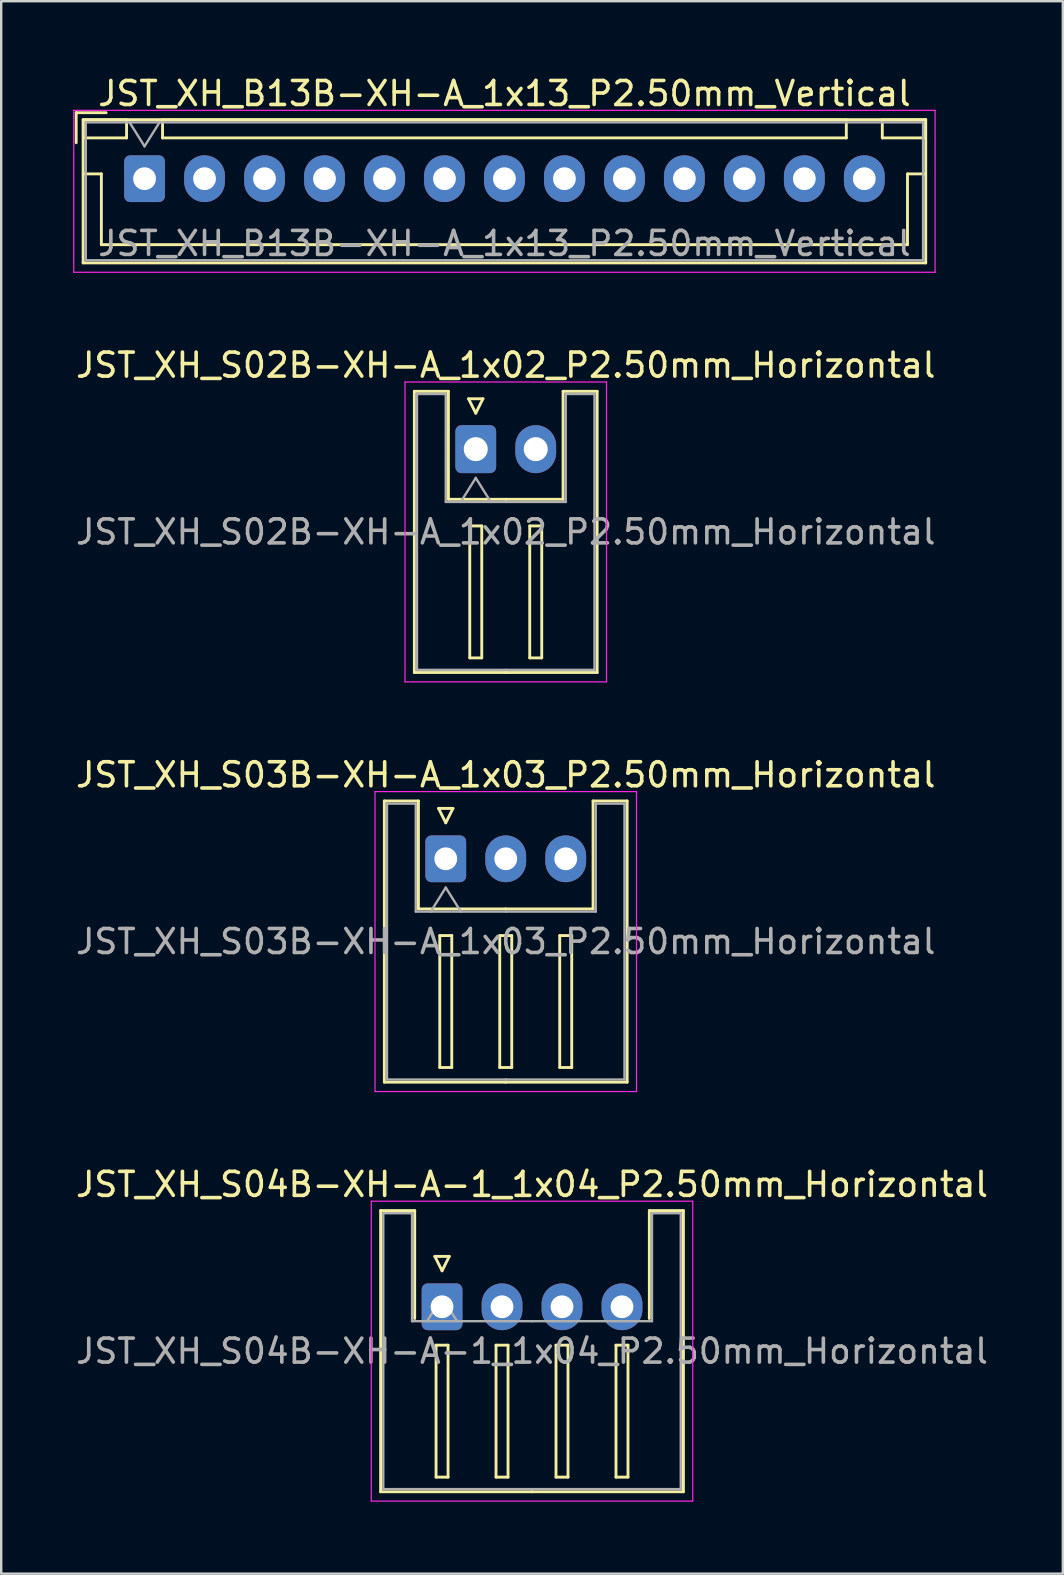
<source format=kicad_pcb>
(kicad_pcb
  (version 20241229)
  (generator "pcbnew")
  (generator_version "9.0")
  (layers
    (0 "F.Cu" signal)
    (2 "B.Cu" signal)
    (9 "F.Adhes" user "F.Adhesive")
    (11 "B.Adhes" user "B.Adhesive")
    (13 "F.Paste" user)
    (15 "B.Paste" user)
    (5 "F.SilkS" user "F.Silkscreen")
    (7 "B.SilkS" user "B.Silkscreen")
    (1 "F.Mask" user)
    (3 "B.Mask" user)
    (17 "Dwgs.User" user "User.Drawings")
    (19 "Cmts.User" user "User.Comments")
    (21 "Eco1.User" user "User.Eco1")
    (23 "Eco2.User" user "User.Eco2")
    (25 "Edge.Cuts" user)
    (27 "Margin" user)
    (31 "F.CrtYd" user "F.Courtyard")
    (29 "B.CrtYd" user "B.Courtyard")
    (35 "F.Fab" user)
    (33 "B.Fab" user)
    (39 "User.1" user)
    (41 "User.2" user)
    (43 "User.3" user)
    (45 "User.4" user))
  (footprint "JST_XH_S02B-XH-A_1x02_P2.50mm_Horizontal"
    (layer "F.Cu")
    (at 16.78 15.671)
    (property "Reference" "JST_XH_S02B-XH-A_1x02_P2.50mm_Horizontal" (at 1.25 -3.5 0) (layer "F.SilkS") (effects (font (size 1 1) (thickness 0.15))))
    (attr through_hole)
    (fp_line (start -2.56 -2.41) (end -1.14 -2.41) (stroke (width 0.12) (type solid)) (layer "F.SilkS"))
    (fp_line (start -2.56 9.31) (end -2.56 -2.41) (stroke (width 0.12) (type solid)) (layer "F.SilkS"))
    (fp_line (start -1.14 -2.41) (end -1.14 2.09) (stroke (width 0.12) (type solid)) (layer "F.SilkS"))
    (fp_line (start -1.14 2.09) (end 1.25 2.09) (stroke (width 0.12) (type solid)) (layer "F.SilkS"))
    (fp_line (start -0.3 -2.1) (end 0.3 -2.1) (stroke (width 0.12) (type solid)) (layer "F.SilkS"))
    (fp_line (start -0.25 3.2) (end -0.25 8.7) (stroke (width 0.12) (type solid)) (layer "F.SilkS"))
    (fp_line (start -0.25 8.7) (end 0.25 8.7) (stroke (width 0.12) (type solid)) (layer "F.SilkS"))
    (fp_line (start 0 -1.5) (end -0.3 -2.1) (stroke (width 0.12) (type solid)) (layer "F.SilkS"))
    (fp_line (start 0.25 3.2) (end -0.25 3.2) (stroke (width 0.12) (type solid)) (layer "F.SilkS"))
    (fp_line (start 0.25 8.7) (end 0.25 3.2) (stroke (width 0.12) (type solid)) (layer "F.SilkS"))
    (fp_line (start 0.3 -2.1) (end 0 -1.5) (stroke (width 0.12) (type solid)) (layer "F.SilkS"))
    (fp_line (start 1.25 9.31) (end -2.56 9.31) (stroke (width 0.12) (type solid)) (layer "F.SilkS"))
    (fp_line (start 1.25 9.31) (end 5.06 9.31) (stroke (width 0.12) (type solid)) (layer "F.SilkS"))
    (fp_line (start 2.25 3.2) (end 2.25 8.7) (stroke (width 0.12) (type solid)) (layer "F.SilkS"))
    (fp_line (start 2.25 8.7) (end 2.75 8.7) (stroke (width 0.12) (type solid)) (layer "F.SilkS"))
    (fp_line (start 2.75 3.2) (end 2.25 3.2) (stroke (width 0.12) (type solid)) (layer "F.SilkS"))
    (fp_line (start 2.75 8.7) (end 2.75 3.2) (stroke (width 0.12) (type solid)) (layer "F.SilkS"))
    (fp_line (start 3.64 -2.41) (end 3.64 2.09) (stroke (width 0.12) (type solid)) (layer "F.SilkS"))
    (fp_line (start 3.64 2.09) (end 1.25 2.09) (stroke (width 0.12) (type solid)) (layer "F.SilkS"))
    (fp_line (start 5.06 -2.41) (end 3.64 -2.41) (stroke (width 0.12) (type solid)) (layer "F.SilkS"))
    (fp_line (start 5.06 9.31) (end 5.06 -2.41) (stroke (width 0.12) (type solid)) (layer "F.SilkS"))
    (fp_line (start -2.95 -2.8) (end -2.95 9.7) (stroke (width 0.05) (type solid)) (layer "F.CrtYd"))
    (fp_line (start -2.95 9.7) (end 5.45 9.7) (stroke (width 0.05) (type solid)) (layer "F.CrtYd"))
    (fp_line (start 5.45 -2.8) (end -2.95 -2.8) (stroke (width 0.05) (type solid)) (layer "F.CrtYd"))
    (fp_line (start 5.45 9.7) (end 5.45 -2.8) (stroke (width 0.05) (type solid)) (layer "F.CrtYd"))
    (fp_line (start -2.45 -2.3) (end -1.25 -2.3) (stroke (width 0.1) (type solid)) (layer "F.Fab"))
    (fp_line (start -2.45 9.2) (end -2.45 -2.3) (stroke (width 0.1) (type solid)) (layer "F.Fab"))
    (fp_line (start -1.25 -2.3) (end -1.25 2.2) (stroke (width 0.1) (type solid)) (layer "F.Fab"))
    (fp_line (start -1.25 2.2) (end 1.25 2.2) (stroke (width 0.1) (type solid)) (layer "F.Fab"))
    (fp_line (start -0.625 2.2) (end 0 1.2) (stroke (width 0.1) (type solid)) (layer "F.Fab"))
    (fp_line (start 0 1.2) (end 0.625 2.2) (stroke (width 0.1) (type solid)) (layer "F.Fab"))
    (fp_line (start 1.25 9.2) (end -2.45 9.2) (stroke (width 0.1) (type solid)) (layer "F.Fab"))
    (fp_line (start 1.25 9.2) (end 4.95 9.2) (stroke (width 0.1) (type solid)) (layer "F.Fab"))
    (fp_line (start 3.75 -2.3) (end 3.75 2.2) (stroke (width 0.1) (type solid)) (layer "F.Fab"))
    (fp_line (start 3.75 2.2) (end 1.25 2.2) (stroke (width 0.1) (type solid)) (layer "F.Fab"))
    (fp_line (start 4.95 -2.3) (end 3.75 -2.3) (stroke (width 0.1) (type solid)) (layer "F.Fab"))
    (fp_line (start 4.95 9.2) (end 4.95 -2.3) (stroke (width 0.1) (type solid)) (layer "F.Fab"))
    (fp_text user "${REFERENCE}" (at 1.25 3.45 0) (layer "F.Fab") (effects (font (size 1 1) (thickness 0.15))))
    (pad "1" thru_hole roundrect (at 0 0) (size 1.7 2) (drill 1) (layers "*.Cu" "*.Mask") (roundrect_rratio 0.147))
    (pad "2" thru_hole oval (at 2.5 0) (size 1.7 2) (drill 1) (layers "*.Cu" "*.Mask")))
  (footprint "JST_XH_S03B-XH-A_1x03_P2.50mm_Horizontal"
    (layer "F.Cu")
    (at 15.53 32.745)
    (property "Reference" "JST_XH_S03B-XH-A_1x03_P2.50mm_Horizontal" (at 2.5 -3.5 0) (layer "F.SilkS") (effects (font (size 1 1) (thickness 0.15))))
    (attr through_hole)
    (fp_line (start -2.56 -2.41) (end -1.14 -2.41) (stroke (width 0.12) (type solid)) (layer "F.SilkS"))
    (fp_line (start -2.56 9.31) (end -2.56 -2.41) (stroke (width 0.12) (type solid)) (layer "F.SilkS"))
    (fp_line (start -1.14 -2.41) (end -1.14 2.09) (stroke (width 0.12) (type solid)) (layer "F.SilkS"))
    (fp_line (start -1.14 2.09) (end 2.5 2.09) (stroke (width 0.12) (type solid)) (layer "F.SilkS"))
    (fp_line (start -0.3 -2.1) (end 0.3 -2.1) (stroke (width 0.12) (type solid)) (layer "F.SilkS"))
    (fp_line (start -0.25 3.2) (end -0.25 8.7) (stroke (width 0.12) (type solid)) (layer "F.SilkS"))
    (fp_line (start -0.25 8.7) (end 0.25 8.7) (stroke (width 0.12) (type solid)) (layer "F.SilkS"))
    (fp_line (start 0 -1.5) (end -0.3 -2.1) (stroke (width 0.12) (type solid)) (layer "F.SilkS"))
    (fp_line (start 0.25 3.2) (end -0.25 3.2) (stroke (width 0.12) (type solid)) (layer "F.SilkS"))
    (fp_line (start 0.25 8.7) (end 0.25 3.2) (stroke (width 0.12) (type solid)) (layer "F.SilkS"))
    (fp_line (start 0.3 -2.1) (end 0 -1.5) (stroke (width 0.12) (type solid)) (layer "F.SilkS"))
    (fp_line (start 2.25 3.2) (end 2.25 8.7) (stroke (width 0.12) (type solid)) (layer "F.SilkS"))
    (fp_line (start 2.25 8.7) (end 2.75 8.7) (stroke (width 0.12) (type solid)) (layer "F.SilkS"))
    (fp_line (start 2.5 9.31) (end -2.56 9.31) (stroke (width 0.12) (type solid)) (layer "F.SilkS"))
    (fp_line (start 2.5 9.31) (end 7.56 9.31) (stroke (width 0.12) (type solid)) (layer "F.SilkS"))
    (fp_line (start 2.75 3.2) (end 2.25 3.2) (stroke (width 0.12) (type solid)) (layer "F.SilkS"))
    (fp_line (start 2.75 8.7) (end 2.75 3.2) (stroke (width 0.12) (type solid)) (layer "F.SilkS"))
    (fp_line (start 4.75 3.2) (end 4.75 8.7) (stroke (width 0.12) (type solid)) (layer "F.SilkS"))
    (fp_line (start 4.75 8.7) (end 5.25 8.7) (stroke (width 0.12) (type solid)) (layer "F.SilkS"))
    (fp_line (start 5.25 3.2) (end 4.75 3.2) (stroke (width 0.12) (type solid)) (layer "F.SilkS"))
    (fp_line (start 5.25 8.7) (end 5.25 3.2) (stroke (width 0.12) (type solid)) (layer "F.SilkS"))
    (fp_line (start 6.14 -2.41) (end 6.14 2.09) (stroke (width 0.12) (type solid)) (layer "F.SilkS"))
    (fp_line (start 6.14 2.09) (end 2.5 2.09) (stroke (width 0.12) (type solid)) (layer "F.SilkS"))
    (fp_line (start 7.56 -2.41) (end 6.14 -2.41) (stroke (width 0.12) (type solid)) (layer "F.SilkS"))
    (fp_line (start 7.56 9.31) (end 7.56 -2.41) (stroke (width 0.12) (type solid)) (layer "F.SilkS"))
    (fp_line (start -2.95 -2.8) (end -2.95 9.7) (stroke (width 0.05) (type solid)) (layer "F.CrtYd"))
    (fp_line (start -2.95 9.7) (end 7.95 9.7) (stroke (width 0.05) (type solid)) (layer "F.CrtYd"))
    (fp_line (start 7.95 -2.8) (end -2.95 -2.8) (stroke (width 0.05) (type solid)) (layer "F.CrtYd"))
    (fp_line (start 7.95 9.7) (end 7.95 -2.8) (stroke (width 0.05) (type solid)) (layer "F.CrtYd"))
    (fp_line (start -2.45 -2.3) (end -1.25 -2.3) (stroke (width 0.1) (type solid)) (layer "F.Fab"))
    (fp_line (start -2.45 9.2) (end -2.45 -2.3) (stroke (width 0.1) (type solid)) (layer "F.Fab"))
    (fp_line (start -1.25 -2.3) (end -1.25 2.2) (stroke (width 0.1) (type solid)) (layer "F.Fab"))
    (fp_line (start -1.25 2.2) (end 2.5 2.2) (stroke (width 0.1) (type solid)) (layer "F.Fab"))
    (fp_line (start -0.625 2.2) (end 0 1.2) (stroke (width 0.1) (type solid)) (layer "F.Fab"))
    (fp_line (start 0 1.2) (end 0.625 2.2) (stroke (width 0.1) (type solid)) (layer "F.Fab"))
    (fp_line (start 2.5 9.2) (end -2.45 9.2) (stroke (width 0.1) (type solid)) (layer "F.Fab"))
    (fp_line (start 2.5 9.2) (end 7.45 9.2) (stroke (width 0.1) (type solid)) (layer "F.Fab"))
    (fp_line (start 6.25 -2.3) (end 6.25 2.2) (stroke (width 0.1) (type solid)) (layer "F.Fab"))
    (fp_line (start 6.25 2.2) (end 2.5 2.2) (stroke (width 0.1) (type solid)) (layer "F.Fab"))
    (fp_line (start 7.45 -2.3) (end 6.25 -2.3) (stroke (width 0.1) (type solid)) (layer "F.Fab"))
    (fp_line (start 7.45 9.2) (end 7.45 -2.3) (stroke (width 0.1) (type solid)) (layer "F.Fab"))
    (fp_text user "${REFERENCE}" (at 2.5 3.45 0) (layer "F.Fab") (effects (font (size 1 1) (thickness 0.15))))
    (pad "1" thru_hole roundrect (at 0 0) (size 1.7 1.95) (drill 0.95) (layers "*.Cu" "*.Mask") (roundrect_rratio 0.147))
    (pad "2" thru_hole oval (at 2.5 0) (size 1.7 1.95) (drill 0.95) (layers "*.Cu" "*.Mask"))
    (pad "3" thru_hole oval (at 5 0) (size 1.7 1.95) (drill 0.95) (layers "*.Cu" "*.Mask")))
  (footprint "JST_XH_S04B-XH-A-1_1x04_P2.50mm_Horizontal"
    (layer "F.Cu")
    (at 15.375 51.418)
    (property "Reference" "JST_XH_S04B-XH-A-1_1x04_P2.50mm_Horizontal" (at 3.75 -5.1 0) (layer "F.SilkS") (effects (font (size 1 1) (thickness 0.15))))
    (attr through_hole)
    (fp_line (start -2.56 -4.01) (end -1.14 -4.01) (stroke (width 0.12) (type solid)) (layer "F.SilkS"))
    (fp_line (start -2.56 7.71) (end -2.56 -4.01) (stroke (width 0.12) (type solid)) (layer "F.SilkS"))
    (fp_line (start -1.14 -4.01) (end -1.14 0.49) (stroke (width 0.12) (type solid)) (layer "F.SilkS"))
    (fp_line (start -0.3 -2.1) (end 0.3 -2.1) (stroke (width 0.12) (type solid)) (layer "F.SilkS"))
    (fp_line (start -0.25 1.6) (end -0.25 7.1) (stroke (width 0.12) (type solid)) (layer "F.SilkS"))
    (fp_line (start -0.25 7.1) (end 0.25 7.1) (stroke (width 0.12) (type solid)) (layer "F.SilkS"))
    (fp_line (start 0 -1.5) (end -0.3 -2.1) (stroke (width 0.12) (type solid)) (layer "F.SilkS"))
    (fp_line (start 0.25 1.6) (end -0.25 1.6) (stroke (width 0.12) (type solid)) (layer "F.SilkS"))
    (fp_line (start 0.25 7.1) (end 0.25 1.6) (stroke (width 0.12) (type solid)) (layer "F.SilkS"))
    (fp_line (start 0.3 -2.1) (end 0 -1.5) (stroke (width 0.12) (type solid)) (layer "F.SilkS"))
    (fp_line (start 2.25 1.6) (end 2.25 7.1) (stroke (width 0.12) (type solid)) (layer "F.SilkS"))
    (fp_line (start 2.25 7.1) (end 2.75 7.1) (stroke (width 0.12) (type solid)) (layer "F.SilkS"))
    (fp_line (start 2.75 1.6) (end 2.25 1.6) (stroke (width 0.12) (type solid)) (layer "F.SilkS"))
    (fp_line (start 2.75 7.1) (end 2.75 1.6) (stroke (width 0.12) (type solid)) (layer "F.SilkS"))
    (fp_line (start 3.75 7.71) (end -2.56 7.71) (stroke (width 0.12) (type solid)) (layer "F.SilkS"))
    (fp_line (start 3.75 7.71) (end 10.06 7.71) (stroke (width 0.12) (type solid)) (layer "F.SilkS"))
    (fp_line (start 4.75 1.6) (end 4.75 7.1) (stroke (width 0.12) (type solid)) (layer "F.SilkS"))
    (fp_line (start 4.75 7.1) (end 5.25 7.1) (stroke (width 0.12) (type solid)) (layer "F.SilkS"))
    (fp_line (start 5.25 1.6) (end 4.75 1.6) (stroke (width 0.12) (type solid)) (layer "F.SilkS"))
    (fp_line (start 5.25 7.1) (end 5.25 1.6) (stroke (width 0.12) (type solid)) (layer "F.SilkS"))
    (fp_line (start 7.25 1.6) (end 7.25 7.1) (stroke (width 0.12) (type solid)) (layer "F.SilkS"))
    (fp_line (start 7.25 7.1) (end 7.75 7.1) (stroke (width 0.12) (type solid)) (layer "F.SilkS"))
    (fp_line (start 7.75 1.6) (end 7.25 1.6) (stroke (width 0.12) (type solid)) (layer "F.SilkS"))
    (fp_line (start 7.75 7.1) (end 7.75 1.6) (stroke (width 0.12) (type solid)) (layer "F.SilkS"))
    (fp_line (start 8.64 -4.01) (end 8.64 0.49) (stroke (width 0.12) (type solid)) (layer "F.SilkS"))
    (fp_line (start 10.06 -4.01) (end 8.64 -4.01) (stroke (width 0.12) (type solid)) (layer "F.SilkS"))
    (fp_line (start 10.06 7.71) (end 10.06 -4.01) (stroke (width 0.12) (type solid)) (layer "F.SilkS"))
    (fp_line (start -2.95 -4.4) (end -2.95 8.1) (stroke (width 0.05) (type solid)) (layer "F.CrtYd"))
    (fp_line (start -2.95 8.1) (end 10.45 8.1) (stroke (width 0.05) (type solid)) (layer "F.CrtYd"))
    (fp_line (start 10.45 -4.4) (end -2.95 -4.4) (stroke (width 0.05) (type solid)) (layer "F.CrtYd"))
    (fp_line (start 10.45 8.1) (end 10.45 -4.4) (stroke (width 0.05) (type solid)) (layer "F.CrtYd"))
    (fp_line (start -2.45 -3.9) (end -1.25 -3.9) (stroke (width 0.1) (type solid)) (layer "F.Fab"))
    (fp_line (start -2.45 7.6) (end -2.45 -3.9) (stroke (width 0.1) (type solid)) (layer "F.Fab"))
    (fp_line (start -1.25 -3.9) (end -1.25 0.6) (stroke (width 0.1) (type solid)) (layer "F.Fab"))
    (fp_line (start -1.25 0.6) (end 3.75 0.6) (stroke (width 0.1) (type solid)) (layer "F.Fab"))
    (fp_line (start -0.625 0.6) (end 0 -0.4) (stroke (width 0.1) (type solid)) (layer "F.Fab"))
    (fp_line (start 0 -0.4) (end 0.625 0.6) (stroke (width 0.1) (type solid)) (layer "F.Fab"))
    (fp_line (start 3.75 7.6) (end -2.45 7.6) (stroke (width 0.1) (type solid)) (layer "F.Fab"))
    (fp_line (start 3.75 7.6) (end 9.95 7.6) (stroke (width 0.1) (type solid)) (layer "F.Fab"))
    (fp_line (start 8.75 -3.9) (end 8.75 0.6) (stroke (width 0.1) (type solid)) (layer "F.Fab"))
    (fp_line (start 8.75 0.6) (end 3.75 0.6) (stroke (width 0.1) (type solid)) (layer "F.Fab"))
    (fp_line (start 9.95 -3.9) (end 8.75 -3.9) (stroke (width 0.1) (type solid)) (layer "F.Fab"))
    (fp_line (start 9.95 7.6) (end 9.95 -3.9) (stroke (width 0.1) (type solid)) (layer "F.Fab"))
    (fp_text user "${REFERENCE}" (at 3.75 1.85 0) (layer "F.Fab") (effects (font (size 1 1) (thickness 0.15))))
    (pad "1" thru_hole roundrect (at 0 0) (size 1.7 1.95) (drill 0.95) (layers "*.Cu" "*.Mask") (roundrect_rratio 0.147))
    (pad "2" thru_hole oval (at 2.5 0) (size 1.7 1.95) (drill 0.95) (layers "*.Cu" "*.Mask"))
    (pad "3" thru_hole oval (at 5 0) (size 1.7 1.95) (drill 0.95) (layers "*.Cu" "*.Mask"))
    (pad "4" thru_hole oval (at 7.5 0) (size 1.7 1.95) (drill 0.95) (layers "*.Cu" "*.Mask")))
  (footprint "JST_XH_B13B-XH-A_1x13_P2.50mm_Vertical"
    (layer "F.Cu")
    (at 2.975 4.398)
    (property "Reference" "JST_XH_B13B-XH-A_1x13_P2.50mm_Vertical" (at 15 -3.55 0) (layer "F.SilkS") (effects (font (size 1 1) (thickness 0.15))))
    (attr through_hole)
    (fp_line (start -2.85 -2.75) (end -2.85 -1.5) (stroke (width 0.12) (type solid)) (layer "F.SilkS"))
    (fp_line (start -2.56 -2.46) (end -2.56 3.51) (stroke (width 0.12) (type solid)) (layer "F.SilkS"))
    (fp_line (start -2.56 3.51) (end 32.56 3.51) (stroke (width 0.12) (type solid)) (layer "F.SilkS"))
    (fp_line (start -2.55 -2.45) (end -2.55 -1.7) (stroke (width 0.12) (type solid)) (layer "F.SilkS"))
    (fp_line (start -2.55 -1.7) (end -0.75 -1.7) (stroke (width 0.12) (type solid)) (layer "F.SilkS"))
    (fp_line (start -2.55 -0.2) (end -1.8 -0.2) (stroke (width 0.12) (type solid)) (layer "F.SilkS"))
    (fp_line (start -1.8 -0.2) (end -1.8 2.75) (stroke (width 0.12) (type solid)) (layer "F.SilkS"))
    (fp_line (start -1.8 2.75) (end 15 2.75) (stroke (width 0.12) (type solid)) (layer "F.SilkS"))
    (fp_line (start -1.6 -2.75) (end -2.85 -2.75) (stroke (width 0.12) (type solid)) (layer "F.SilkS"))
    (fp_line (start -0.75 -2.45) (end -2.55 -2.45) (stroke (width 0.12) (type solid)) (layer "F.SilkS"))
    (fp_line (start -0.75 -1.7) (end -0.75 -2.45) (stroke (width 0.12) (type solid)) (layer "F.SilkS"))
    (fp_line (start 0.75 -2.45) (end 0.75 -1.7) (stroke (width 0.12) (type solid)) (layer "F.SilkS"))
    (fp_line (start 0.75 -1.7) (end 29.25 -1.7) (stroke (width 0.12) (type solid)) (layer "F.SilkS"))
    (fp_line (start 29.25 -2.45) (end 0.75 -2.45) (stroke (width 0.12) (type solid)) (layer "F.SilkS"))
    (fp_line (start 29.25 -1.7) (end 29.25 -2.45) (stroke (width 0.12) (type solid)) (layer "F.SilkS"))
    (fp_line (start 30.75 -2.45) (end 30.75 -1.7) (stroke (width 0.12) (type solid)) (layer "F.SilkS"))
    (fp_line (start 30.75 -1.7) (end 32.55 -1.7) (stroke (width 0.12) (type solid)) (layer "F.SilkS"))
    (fp_line (start 31.8 -0.2) (end 31.8 2.75) (stroke (width 0.12) (type solid)) (layer "F.SilkS"))
    (fp_line (start 31.8 2.75) (end 15 2.75) (stroke (width 0.12) (type solid)) (layer "F.SilkS"))
    (fp_line (start 32.55 -2.45) (end 30.75 -2.45) (stroke (width 0.12) (type solid)) (layer "F.SilkS"))
    (fp_line (start 32.55 -1.7) (end 32.55 -2.45) (stroke (width 0.12) (type solid)) (layer "F.SilkS"))
    (fp_line (start 32.55 -0.2) (end 31.8 -0.2) (stroke (width 0.12) (type solid)) (layer "F.SilkS"))
    (fp_line (start 32.56 -2.46) (end -2.56 -2.46) (stroke (width 0.12) (type solid)) (layer "F.SilkS"))
    (fp_line (start 32.56 3.51) (end 32.56 -2.46) (stroke (width 0.12) (type solid)) (layer "F.SilkS"))
    (fp_line (start -2.95 -2.85) (end -2.95 3.9) (stroke (width 0.05) (type solid)) (layer "F.CrtYd"))
    (fp_line (start -2.95 3.9) (end 32.95 3.9) (stroke (width 0.05) (type solid)) (layer "F.CrtYd"))
    (fp_line (start 32.95 -2.85) (end -2.95 -2.85) (stroke (width 0.05) (type solid)) (layer "F.CrtYd"))
    (fp_line (start 32.95 3.9) (end 32.95 -2.85) (stroke (width 0.05) (type solid)) (layer "F.CrtYd"))
    (fp_line (start -2.45 -2.35) (end -2.45 3.4) (stroke (width 0.1) (type solid)) (layer "F.Fab"))
    (fp_line (start -2.45 3.4) (end 32.45 3.4) (stroke (width 0.1) (type solid)) (layer "F.Fab"))
    (fp_line (start -0.625 -2.35) (end 0 -1.35) (stroke (width 0.1) (type solid)) (layer "F.Fab"))
    (fp_line (start 0 -1.35) (end 0.625 -2.35) (stroke (width 0.1) (type solid)) (layer "F.Fab"))
    (fp_line (start 32.45 -2.35) (end -2.45 -2.35) (stroke (width 0.1) (type solid)) (layer "F.Fab"))
    (fp_line (start 32.45 3.4) (end 32.45 -2.35) (stroke (width 0.1) (type solid)) (layer "F.Fab"))
    (fp_text user "${REFERENCE}" (at 15 2.7 0) (layer "F.Fab") (effects (font (size 1 1) (thickness 0.15))))
    (pad "1" thru_hole roundrect (at 0 0) (size 1.7 1.95) (drill 0.95) (layers "*.Cu" "*.Mask") (roundrect_rratio 0.147))
    (pad "2" thru_hole oval (at 2.5 0) (size 1.7 1.95) (drill 0.95) (layers "*.Cu" "*.Mask"))
    (pad "3" thru_hole oval (at 5 0) (size 1.7 1.95) (drill 0.95) (layers "*.Cu" "*.Mask"))
    (pad "4" thru_hole oval (at 7.5 0) (size 1.7 1.95) (drill 0.95) (layers "*.Cu" "*.Mask"))
    (pad "5" thru_hole oval (at 10 0) (size 1.7 1.95) (drill 0.95) (layers "*.Cu" "*.Mask"))
    (pad "6" thru_hole oval (at 12.5 0) (size 1.7 1.95) (drill 0.95) (layers "*.Cu" "*.Mask"))
    (pad "7" thru_hole oval (at 15 0) (size 1.7 1.95) (drill 0.95) (layers "*.Cu" "*.Mask"))
    (pad "8" thru_hole oval (at 17.5 0) (size 1.7 1.95) (drill 0.95) (layers "*.Cu" "*.Mask"))
    (pad "9" thru_hole oval (at 20 0) (size 1.7 1.95) (drill 0.95) (layers "*.Cu" "*.Mask"))
    (pad "10" thru_hole oval (at 22.5 0) (size 1.7 1.95) (drill 0.95) (layers "*.Cu" "*.Mask"))
    (pad "11" thru_hole oval (at 25 0) (size 1.7 1.95) (drill 0.95) (layers "*.Cu" "*.Mask"))
    (pad "12" thru_hole oval (at 27.5 0) (size 1.7 1.95) (drill 0.95) (layers "*.Cu" "*.Mask"))
    (pad "13" thru_hole oval (at 30 0) (size 1.7 1.95) (drill 0.95) (layers "*.Cu" "*.Mask")))
  (gr_rect
    (start -3 -3)
    (end 41.25 62.543)
    (stroke (width 0.1) (type default))
    (fill no)
    (layer "Edge.Cuts")))
</source>
